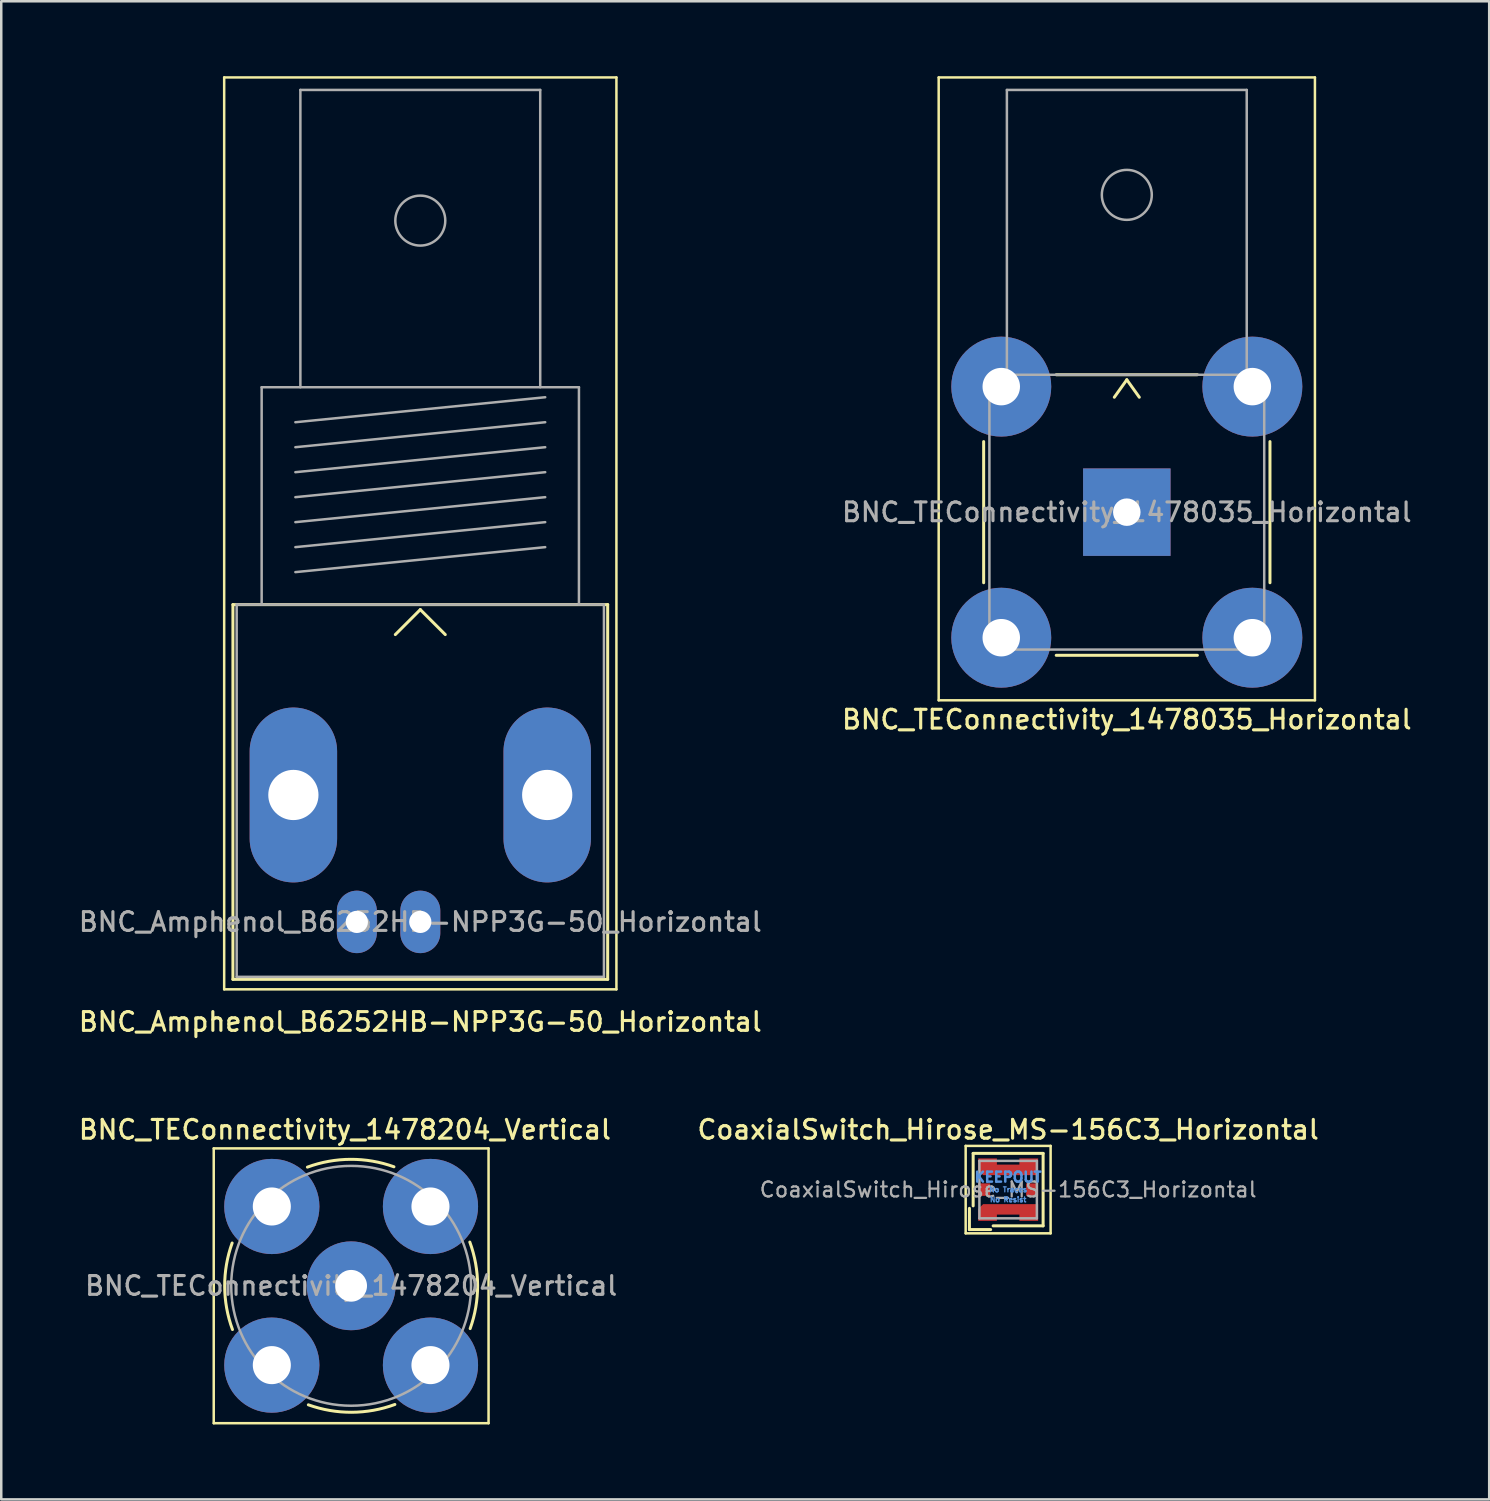
<source format=kicad_pcb>
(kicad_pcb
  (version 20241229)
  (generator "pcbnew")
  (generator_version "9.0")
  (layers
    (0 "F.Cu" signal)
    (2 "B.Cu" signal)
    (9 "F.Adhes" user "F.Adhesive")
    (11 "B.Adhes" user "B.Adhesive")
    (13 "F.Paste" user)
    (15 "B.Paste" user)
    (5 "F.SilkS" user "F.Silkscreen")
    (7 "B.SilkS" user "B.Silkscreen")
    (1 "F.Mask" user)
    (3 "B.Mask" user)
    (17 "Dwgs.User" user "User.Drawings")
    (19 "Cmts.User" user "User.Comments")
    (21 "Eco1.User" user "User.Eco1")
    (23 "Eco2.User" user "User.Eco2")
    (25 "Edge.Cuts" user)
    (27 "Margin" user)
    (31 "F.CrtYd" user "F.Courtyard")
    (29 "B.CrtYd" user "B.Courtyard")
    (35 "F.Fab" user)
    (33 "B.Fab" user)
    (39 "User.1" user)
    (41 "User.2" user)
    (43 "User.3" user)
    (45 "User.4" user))
  (footprint "BNC_TEConnectivity_1478204_Vertical"
    (layer "F.Cu")
    (at 11.005 48.416)
    (property "Reference" "BNC_TEConnectivity_1478204_Vertical" (at -0.25 -6.25 0) (layer "F.SilkS") (effects (font (size 0.75 0.75) (thickness 0.125))))
    (attr through_hole)
    (fp_line (start -5.5 -5.5) (end 5.5 -5.5) (stroke (width 0.1) (type solid)) (layer "F.SilkS"))
    (fp_line (start -5.5 5.5) (end -5.5 -5.5) (stroke (width 0.1) (type solid)) (layer "F.SilkS"))
    (fp_line (start 5.5 -5.5) (end 5.5 5.5) (stroke (width 0.1) (type solid)) (layer "F.SilkS"))
    (fp_line (start 5.5 5.5) (end -5.5 5.5) (stroke (width 0.1) (type solid)) (layer "F.SilkS"))
    (fp_arc (start -4.75 1.75) (mid -5.062075 0.019867) (end -4.763589 -1.712663) (stroke (width 0.12) (type solid)) (layer "F.SilkS"))
    (fp_arc (start -1.75 -4.75) (mid -0.019867 -5.062075) (end 1.712663 -4.763589) (stroke (width 0.12) (type solid)) (layer "F.SilkS"))
    (fp_arc (start 1.75 4.75) (mid 0.019867 5.062075) (end -1.712663 4.763589) (stroke (width 0.12) (type solid)) (layer "F.SilkS"))
    (fp_arc (start 4.75 -1.75) (mid 5.062075 -0.019867) (end 4.763589 1.712663) (stroke (width 0.12) (type solid)) (layer "F.SilkS"))
    (fp_circle (center 0 0) (end 4.8 0) (stroke (width 0.1) (type solid)) (fill no) (layer "F.Fab"))
    (fp_text user "${REFERENCE}" (at 0 0 0) (layer "F.Fab") (effects (font (size 0.75 0.75) (thickness 0.125))))
    (pad "1" thru_hole circle (at 0 0) (size 3.556 3.556) (drill 1.27) (layers "*.Cu" "*.Mask"))
    (pad "2" thru_hole circle (at -3.175 -3.175) (size 3.81 3.81) (drill 1.524) (layers "*.Cu" "*.Mask"))
    (pad "2" thru_hole circle (at -3.175 3.175) (size 3.81 3.81) (drill 1.524) (layers "*.Cu" "*.Mask"))
    (pad "2" thru_hole circle (at 3.175 -3.175) (size 3.81 3.81) (drill 1.524) (layers "*.Cu" "*.Mask"))
    (pad "2" thru_hole circle (at 3.175 3.175) (size 3.81 3.81) (drill 1.524) (layers "*.Cu" "*.Mask")))
  (footprint "CoaxialSwitch_Hirose_MS-156C3_Horizontal"
    (layer "F.Cu")
    (at 37.302 44.566)
    (property "Reference" "CoaxialSwitch_Hirose_MS-156C3_Horizontal" (at 0 -2.4 180) (layer "F.SilkS") (effects (font (size 0.75 0.75) (thickness 0.125))))
    (attr smd)
    (fp_rect (start -1.15 -0.725) (end 1.15 0.725) (stroke (width 0.12) (type solid)) (fill yes) (layer "F.Mask"))
    (fp_line (start -1.7 -1.75) (end 1.7 -1.75) (stroke (width 0.1) (type solid)) (layer "F.SilkS"))
    (fp_line (start -1.7 1.75) (end -1.7 -1.75) (stroke (width 0.1) (type solid)) (layer "F.SilkS"))
    (fp_line (start -1.55 0.75) (end -1.55 1.6) (stroke (width 0.12) (type solid)) (layer "F.SilkS"))
    (fp_line (start -1.55 1.6) (end -0.7 1.6) (stroke (width 0.12) (type solid)) (layer "F.SilkS"))
    (fp_line (start -1.4 -1.45) (end -1.4 0.65) (stroke (width 0.12) (type solid)) (layer "F.SilkS"))
    (fp_line (start -1.4 -1.45) (end 1.4 -1.45) (stroke (width 0.12) (type solid)) (layer "F.SilkS"))
    (fp_line (start 1.4 -1.45) (end 1.4 1.45) (stroke (width 0.12) (type solid)) (layer "F.SilkS"))
    (fp_line (start 1.4 1.45) (end -0.6 1.45) (stroke (width 0.12) (type solid)) (layer "F.SilkS"))
    (fp_line (start 1.7 -1.75) (end 1.7 1.75) (stroke (width 0.1) (type solid)) (layer "F.SilkS"))
    (fp_line (start 1.7 1.75) (end -1.7 1.75) (stroke (width 0.1) (type solid)) (layer "F.SilkS"))
    (fp_line (start -1.15 -1.15) (end 1.15 -1.15) (stroke (width 0.1) (type solid)) (layer "F.Fab"))
    (fp_line (start -1.15 1.15) (end -1.15 -1.15) (stroke (width 0.1) (type solid)) (layer "F.Fab"))
    (fp_line (start 1.15 -1.15) (end 1.15 1.15) (stroke (width 0.1) (type solid)) (layer "F.Fab"))
    (fp_line (start 1.15 1.15) (end -1.15 1.15) (stroke (width 0.1) (type solid)) (layer "F.Fab"))
    (fp_text user "No Traces" (at 0 0 0) (layer "Cmts.User") (effects (font (size 0.2 0.2) (thickness 0.05))))
    (fp_text user "No Resist" (at 0 0.4 0) (layer "Cmts.User") (effects (font (size 0.2 0.2) (thickness 0.05))))
    (fp_text user "KEEPOUT" (at 0 -0.5 0) (layer "Cmts.User") (effects (font (size 0.4 0.4) (thickness 0.1))))
    (fp_text user "${REFERENCE}" (at 0 0 0) (layer "F.Fab") (effects (font (size 0.6 0.6) (thickness 0.09))))
    (pad "" smd rect (at -1 0 180) (size 0.3 0.4) (layers "F.Paste"))
    (pad "" smd rect (at -0.7 -1 180) (size 0.4 0.4) (layers "F.Paste"))
    (pad "" smd rect (at -0.7 1 180) (size 0.4 0.4) (layers "F.Paste"))
    (pad "" smd rect (at 0 -0.8 180) (size 0.5 0.3) (layers "F.Paste"))
    (pad "" smd rect (at 0 0.8 180) (size 0.5 0.3) (layers "F.Paste"))
    (pad "" smd rect (at 0.7 -1 180) (size 0.4 0.4) (layers "F.Paste"))
    (pad "" smd rect (at 0.7 1 180) (size 0.4 0.4) (layers "F.Paste"))
    (pad "" smd rect (at 1 0 180) (size 0.3 0.4) (layers "F.Paste"))
    (pad "A" smd rect (at 0.96 0) (size 0.48 0.5) (layers "F.Cu" "F.Mask"))
    (pad "C" smd rect (at -0.96 0) (size 0.48 0.5) (layers "F.Cu" "F.Mask"))
    (pad "G" smd custom (at 0 -0.815) (size 0.35 0.35) (layers "F.Cu" "F.Mask") (options (anchor rect)) (primitives (gr_poly (pts (xy -0.45 -0.185) (xy 0.45 -0.185) (xy 0.45 -0.435) (xy 1.2 -0.435) (xy 1.2 0.235) (xy -1 0.235) (xy -1.2 0.035) (xy -1.2 -0.435) (xy -0.45 -0.435)) (width 0) (fill yes))))
    (pad "G" smd custom (at 0 0.815 180) (size 0.35 0.35) (layers "F.Cu" "F.Mask") (options (anchor rect)) (primitives (gr_poly (pts (xy -0.45 -0.185) (xy 0.45 -0.185) (xy 0.45 -0.435) (xy 1.2 -0.435) (xy 1.2 0.035) (xy 1 0.235) (xy -1.2 0.235) (xy -1.2 -0.435) (xy -0.45 -0.435)) (width 0) (fill yes))))
    (zone (net_name "") (layer "F.Cu") (hatch full 0.508) (connect_pads) (min_thickness 0.254) (filled_areas_thickness no) (keepout (tracks not_allowed) (vias not_allowed) (pads not_allowed) (copperpour allowed) (footprints allowed)) (placement (enabled no)) (fill) (polygon (pts (xy 36.302 43.986) (xy 38.502 43.986) (xy 38.502 44.316) (xy 38.022 44.316) (xy 38.022 44.566) (xy 36.582 44.566) (xy 36.582 44.316) (xy 36.102 44.316) (xy 36.102 43.786))))
    (zone (net_name "") (layer "F.Cu") (hatch full 0.508) (connect_pads) (min_thickness 0.254) (filled_areas_thickness no) (keepout (tracks not_allowed) (vias not_allowed) (pads not_allowed) (copperpour allowed) (footprints allowed)) (placement (enabled no)) (fill) (polygon (pts (xy 36.302 45.146) (xy 38.502 45.146) (xy 38.502 44.816) (xy 38.022 44.816) (xy 38.022 44.566) (xy 36.582 44.566) (xy 36.582 44.816) (xy 36.102 44.816) (xy 36.102 45.346)))))
  (footprint "BNC_Amphenol_B6252HB-NPP3G-50_Horizontal"
    (layer "F.Cu")
    (at 13.773 33.85)
    (property "Reference" "BNC_Amphenol_B6252HB-NPP3G-50_Horizontal" (at 0 4 0) (layer "F.SilkS") (effects (font (size 0.75 0.75) (thickness 0.125))))
    (attr through_hole)
    (fp_line (start -7.85 2.7) (end -7.85 -33.8) (stroke (width 0.1) (type solid)) (layer "F.SilkS"))
    (fp_line (start -7.85 2.7) (end 7.85 2.7) (stroke (width 0.1) (type solid)) (layer "F.SilkS"))
    (fp_line (start -7.5 -12.7) (end 7.5 -12.7) (stroke (width 0.12) (type solid)) (layer "F.SilkS"))
    (fp_line (start -7.5 2.3) (end -7.5 -12.7) (stroke (width 0.12) (type solid)) (layer "F.SilkS"))
    (fp_line (start 0 -12.5) (end -1 -11.5) (stroke (width 0.12) (type solid)) (layer "F.SilkS"))
    (fp_line (start 0 -12.5) (end 1 -11.5) (stroke (width 0.12) (type solid)) (layer "F.SilkS"))
    (fp_line (start 7.5 -12.7) (end 7.5 2.3) (stroke (width 0.12) (type solid)) (layer "F.SilkS"))
    (fp_line (start 7.5 2.3) (end -7.5 2.3) (stroke (width 0.12) (type solid)) (layer "F.SilkS"))
    (fp_line (start 7.85 -33.8) (end -7.85 -33.8) (stroke (width 0.1) (type solid)) (layer "F.SilkS"))
    (fp_line (start 7.85 2.7) (end 7.85 -33.8) (stroke (width 0.1) (type solid)) (layer "F.SilkS"))
    (fp_line (start -7.35 -12.7) (end -7.35 2.2) (stroke (width 0.1) (type solid)) (layer "F.Fab"))
    (fp_line (start -7.35 2.2) (end 7.35 2.2) (stroke (width 0.1) (type solid)) (layer "F.Fab"))
    (fp_line (start -6.35 -21.4) (end -6.35 -12.7) (stroke (width 0.1) (type solid)) (layer "F.Fab"))
    (fp_line (start -5 -20) (end 5 -21) (stroke (width 0.1) (type solid)) (layer "F.Fab"))
    (fp_line (start -5 -19) (end 5 -20) (stroke (width 0.1) (type solid)) (layer "F.Fab"))
    (fp_line (start -5 -18) (end 5 -19) (stroke (width 0.1) (type solid)) (layer "F.Fab"))
    (fp_line (start -5 -17) (end 5 -18) (stroke (width 0.1) (type solid)) (layer "F.Fab"))
    (fp_line (start -5 -16) (end 5 -17) (stroke (width 0.1) (type solid)) (layer "F.Fab"))
    (fp_line (start -5 -15) (end 5 -16) (stroke (width 0.1) (type solid)) (layer "F.Fab"))
    (fp_line (start -5 -14) (end 5 -15) (stroke (width 0.1) (type solid)) (layer "F.Fab"))
    (fp_line (start -4.8 -33.3) (end -4.8 -21.4) (stroke (width 0.1) (type solid)) (layer "F.Fab"))
    (fp_line (start 4.8 -33.3) (end -4.8 -33.3) (stroke (width 0.1) (type solid)) (layer "F.Fab"))
    (fp_line (start 4.8 -21.4) (end 4.8 -33.3) (stroke (width 0.1) (type solid)) (layer "F.Fab"))
    (fp_line (start 6.35 -21.4) (end -6.35 -21.4) (stroke (width 0.1) (type solid)) (layer "F.Fab"))
    (fp_line (start 6.35 -12.7) (end 6.35 -21.4) (stroke (width 0.1) (type solid)) (layer "F.Fab"))
    (fp_line (start 7.35 -12.7) (end -7.35 -12.7) (stroke (width 0.1) (type solid)) (layer "F.Fab"))
    (fp_line (start 7.35 2.2) (end 7.35 -12.7) (stroke (width 0.1) (type solid)) (layer "F.Fab"))
    (fp_circle (center 0 -28.07) (end 1 -28.07) (stroke (width 0.1) (type solid)) (fill no) (layer "F.Fab"))
    (fp_text user "${REFERENCE}" (at 0 0 0) (layer "F.Fab") (effects (font (size 0.75 0.75) (thickness 0.125))))
    (pad "1" thru_hole oval (at 0 0) (size 1.6 2.5) (drill 0.89) (layers "*.Cu" "*.Mask"))
    (pad "2" thru_hole oval (at -5.08 -5.08) (size 3.5 7) (drill 2.01) (layers "*.Cu" "*.Mask"))
    (pad "2" thru_hole oval (at -2.54 0) (size 1.6 2.5) (drill 0.89) (layers "*.Cu" "*.Mask"))
    (pad "2" thru_hole oval (at 5.08 -5.08) (size 3.5 7) (drill 2.01) (layers "*.Cu" "*.Mask")))
  (footprint "BNC_TEConnectivity_1478035_Horizontal"
    (layer "F.Cu")
    (at 42.052 17.45)
    (property "Reference" "BNC_TEConnectivity_1478035_Horizontal" (at 0 8.3 0) (layer "F.SilkS") (effects (font (size 0.75 0.75) (thickness 0.125))))
    (attr through_hole)
    (fp_line (start -7.53 -17.4) (end 7.53 -17.4) (stroke (width 0.1) (type solid)) (layer "F.SilkS"))
    (fp_line (start -7.53 7.53) (end -7.53 -17.4) (stroke (width 0.1) (type solid)) (layer "F.SilkS"))
    (fp_line (start -5.73 -2.825) (end -5.73 2.825) (stroke (width 0.12) (type solid)) (layer "F.SilkS"))
    (fp_line (start -2.825 5.73) (end 2.825 5.73) (stroke (width 0.12) (type solid)) (layer "F.SilkS"))
    (fp_line (start 0 -5.3) (end -0.5 -4.6) (stroke (width 0.12) (type solid)) (layer "F.SilkS"))
    (fp_line (start 0 -5.3) (end 0.5 -4.6) (stroke (width 0.12) (type solid)) (layer "F.SilkS"))
    (fp_line (start 2.825 -5.5) (end -2.825 -5.5) (stroke (width 0.12) (type solid)) (layer "F.SilkS"))
    (fp_line (start 5.73 2.825) (end 5.73 -2.825) (stroke (width 0.12) (type solid)) (layer "F.SilkS"))
    (fp_line (start 7.53 -17.4) (end 7.53 7.53) (stroke (width 0.1) (type solid)) (layer "F.SilkS"))
    (fp_line (start 7.53 7.53) (end -7.53 7.53) (stroke (width 0.1) (type solid)) (layer "F.SilkS"))
    (fp_line (start -5.5 -5.5) (end 5.5 -5.5) (stroke (width 0.1) (type solid)) (layer "F.Fab"))
    (fp_line (start -5.5 5.5) (end -5.5 -5.5) (stroke (width 0.1) (type solid)) (layer "F.Fab"))
    (fp_line (start -4.8 -5.5) (end -4.8 -16.9) (stroke (width 0.1) (type solid)) (layer "F.Fab"))
    (fp_line (start 4.8 -16.9) (end -4.8 -16.9) (stroke (width 0.1) (type solid)) (layer "F.Fab"))
    (fp_line (start 4.8 -5.5) (end 4.8 -16.9) (stroke (width 0.1) (type solid)) (layer "F.Fab"))
    (fp_line (start 5.5 -5.5) (end 5.5 5.5) (stroke (width 0.1) (type solid)) (layer "F.Fab"))
    (fp_line (start 5.5 5.5) (end -5.5 5.5) (stroke (width 0.1) (type solid)) (layer "F.Fab"))
    (fp_circle (center 0 -12.7) (end 1 -12.7) (stroke (width 0.1) (type solid)) (fill no) (layer "F.Fab"))
    (fp_text user "${REFERENCE}" (at 0 0 0) (layer "F.Fab") (effects (font (size 0.75 0.75) (thickness 0.125))))
    (pad "1" thru_hole rect (at 0 0) (size 3.5 3.5) (drill 1.1) (layers "*.Cu" "*.Mask"))
    (pad "2" thru_hole circle (at -5.025 -5.025) (size 4 4) (drill 1.5) (layers "*.Cu" "*.Mask"))
    (pad "2" thru_hole circle (at -5.025 5.025) (size 4 4) (drill 1.5) (layers "*.Cu" "*.Mask"))
    (pad "2" thru_hole circle (at 5.025 -5.025) (size 4 4) (drill 1.5) (layers "*.Cu" "*.Mask"))
    (pad "2" thru_hole circle (at 5.025 5.025) (size 4 4) (drill 1.5) (layers "*.Cu" "*.Mask")))
  (gr_rect
    (start -3 -3)
    (end 56.557 56.966)
    (stroke (width 0.1) (type default))
    (fill no)
    (layer "Edge.Cuts")))
</source>
